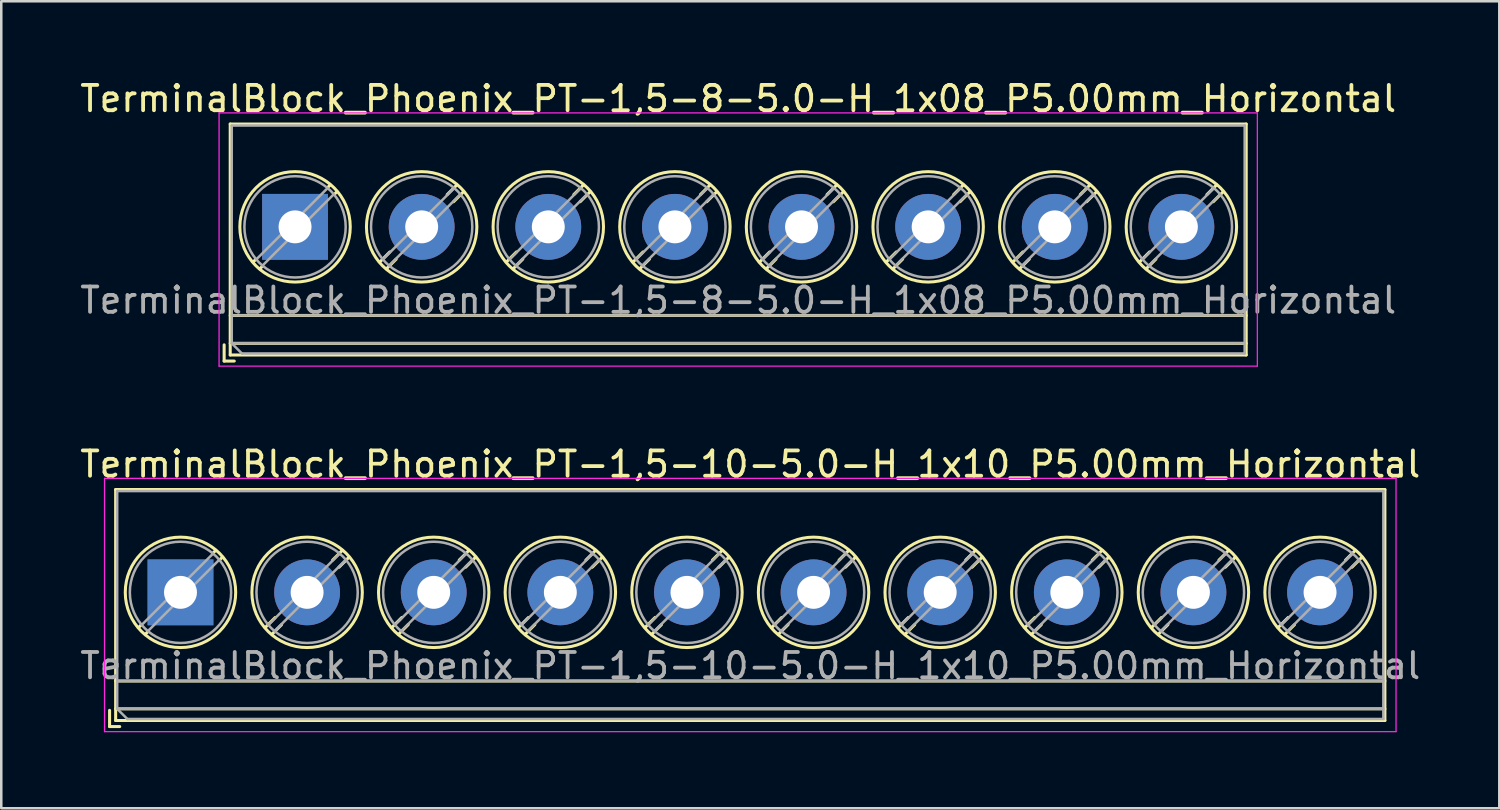
<source format=kicad_pcb>
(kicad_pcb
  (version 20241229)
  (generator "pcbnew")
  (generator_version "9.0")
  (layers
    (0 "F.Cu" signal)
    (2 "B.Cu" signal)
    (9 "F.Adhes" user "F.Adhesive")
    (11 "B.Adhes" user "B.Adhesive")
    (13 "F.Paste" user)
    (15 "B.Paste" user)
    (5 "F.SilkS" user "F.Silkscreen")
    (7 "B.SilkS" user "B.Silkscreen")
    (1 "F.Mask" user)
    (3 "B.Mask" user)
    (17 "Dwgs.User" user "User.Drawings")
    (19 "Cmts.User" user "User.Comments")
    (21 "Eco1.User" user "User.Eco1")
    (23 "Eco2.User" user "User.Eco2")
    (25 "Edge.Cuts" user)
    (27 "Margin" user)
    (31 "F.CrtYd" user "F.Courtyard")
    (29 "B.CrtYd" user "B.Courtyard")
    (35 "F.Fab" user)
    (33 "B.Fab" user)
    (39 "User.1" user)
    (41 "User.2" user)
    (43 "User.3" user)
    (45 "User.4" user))
  (footprint "TerminalBlock_Phoenix_PT-1,5-8-5.0-H_1x08_P5.00mm_Horizontal"
    (layer "F.Cu")
    (at 8.601 5.908)
    (property "Reference" "TerminalBlock_Phoenix_PT-1,5-8-5.0-H_1x08_P5.00mm_Horizontal" (at 17.5 -5.06 0) (layer "F.SilkS") (effects (font (size 1 1) (thickness 0.15))))
    (attr through_hole)
    (fp_line (start -2.8 4.66) (end -2.8 5.3) (stroke (width 0.12) (type solid)) (layer "F.SilkS"))
    (fp_line (start -2.8 5.3) (end -2.4 5.3) (stroke (width 0.12) (type solid)) (layer "F.SilkS"))
    (fp_line (start -2.56 -4.06) (end -2.56 5.06) (stroke (width 0.12) (type solid)) (layer "F.SilkS"))
    (fp_line (start -2.56 -4.06) (end 37.56 -4.06) (stroke (width 0.12) (type solid)) (layer "F.SilkS"))
    (fp_line (start -2.56 3.5) (end 37.56 3.5) (stroke (width 0.12) (type solid)) (layer "F.SilkS"))
    (fp_line (start -2.56 4.6) (end 37.56 4.6) (stroke (width 0.12) (type solid)) (layer "F.SilkS"))
    (fp_line (start -2.56 5.06) (end 37.56 5.06) (stroke (width 0.12) (type solid)) (layer "F.SilkS"))
    (fp_line (start -1.548 1.281) (end -1.654 1.388) (stroke (width 0.12) (type solid)) (layer "F.SilkS"))
    (fp_line (start -1.282 1.547) (end -1.388 1.654) (stroke (width 0.12) (type solid)) (layer "F.SilkS"))
    (fp_line (start 1.388 -1.654) (end 1.281 -1.547) (stroke (width 0.12) (type solid)) (layer "F.SilkS"))
    (fp_line (start 1.654 -1.388) (end 1.547 -1.281) (stroke (width 0.12) (type solid)) (layer "F.SilkS"))
    (fp_line (start 3.742 0.992) (end 3.347 1.388) (stroke (width 0.12) (type solid)) (layer "F.SilkS"))
    (fp_line (start 3.993 1.274) (end 3.613 1.654) (stroke (width 0.12) (type solid)) (layer "F.SilkS"))
    (fp_line (start 6.388 -1.654) (end 6.008 -1.274) (stroke (width 0.12) (type solid)) (layer "F.SilkS"))
    (fp_line (start 6.654 -1.388) (end 6.259 -0.992) (stroke (width 0.12) (type solid)) (layer "F.SilkS"))
    (fp_line (start 8.742 0.992) (end 8.347 1.388) (stroke (width 0.12) (type solid)) (layer "F.SilkS"))
    (fp_line (start 8.993 1.274) (end 8.613 1.654) (stroke (width 0.12) (type solid)) (layer "F.SilkS"))
    (fp_line (start 11.388 -1.654) (end 11.008 -1.274) (stroke (width 0.12) (type solid)) (layer "F.SilkS"))
    (fp_line (start 11.654 -1.388) (end 11.259 -0.992) (stroke (width 0.12) (type solid)) (layer "F.SilkS"))
    (fp_line (start 13.742 0.992) (end 13.347 1.388) (stroke (width 0.12) (type solid)) (layer "F.SilkS"))
    (fp_line (start 13.993 1.274) (end 13.613 1.654) (stroke (width 0.12) (type solid)) (layer "F.SilkS"))
    (fp_line (start 16.388 -1.654) (end 16.008 -1.274) (stroke (width 0.12) (type solid)) (layer "F.SilkS"))
    (fp_line (start 16.654 -1.388) (end 16.259 -0.992) (stroke (width 0.12) (type solid)) (layer "F.SilkS"))
    (fp_line (start 18.742 0.992) (end 18.347 1.388) (stroke (width 0.12) (type solid)) (layer "F.SilkS"))
    (fp_line (start 18.993 1.274) (end 18.613 1.654) (stroke (width 0.12) (type solid)) (layer "F.SilkS"))
    (fp_line (start 21.388 -1.654) (end 21.008 -1.274) (stroke (width 0.12) (type solid)) (layer "F.SilkS"))
    (fp_line (start 21.654 -1.388) (end 21.259 -0.992) (stroke (width 0.12) (type solid)) (layer "F.SilkS"))
    (fp_line (start 23.742 0.992) (end 23.347 1.388) (stroke (width 0.12) (type solid)) (layer "F.SilkS"))
    (fp_line (start 23.993 1.274) (end 23.613 1.654) (stroke (width 0.12) (type solid)) (layer "F.SilkS"))
    (fp_line (start 26.388 -1.654) (end 26.008 -1.274) (stroke (width 0.12) (type solid)) (layer "F.SilkS"))
    (fp_line (start 26.654 -1.388) (end 26.259 -0.992) (stroke (width 0.12) (type solid)) (layer "F.SilkS"))
    (fp_line (start 28.742 0.992) (end 28.347 1.388) (stroke (width 0.12) (type solid)) (layer "F.SilkS"))
    (fp_line (start 28.993 1.274) (end 28.613 1.654) (stroke (width 0.12) (type solid)) (layer "F.SilkS"))
    (fp_line (start 31.388 -1.654) (end 31.008 -1.274) (stroke (width 0.12) (type solid)) (layer "F.SilkS"))
    (fp_line (start 31.654 -1.388) (end 31.259 -0.992) (stroke (width 0.12) (type solid)) (layer "F.SilkS"))
    (fp_line (start 33.742 0.992) (end 33.347 1.388) (stroke (width 0.12) (type solid)) (layer "F.SilkS"))
    (fp_line (start 33.993 1.274) (end 33.613 1.654) (stroke (width 0.12) (type solid)) (layer "F.SilkS"))
    (fp_line (start 36.388 -1.654) (end 36.008 -1.274) (stroke (width 0.12) (type solid)) (layer "F.SilkS"))
    (fp_line (start 36.654 -1.388) (end 36.259 -0.992) (stroke (width 0.12) (type solid)) (layer "F.SilkS"))
    (fp_line (start 37.56 -4.06) (end 37.56 5.06) (stroke (width 0.12) (type solid)) (layer "F.SilkS"))
    (fp_circle (center 0 0) (end 2.18 0) (stroke (width 0.12) (type solid)) (fill no) (layer "F.SilkS"))
    (fp_circle (center 5 0) (end 7.18 0) (stroke (width 0.12) (type solid)) (fill no) (layer "F.SilkS"))
    (fp_circle (center 10 0) (end 12.18 0) (stroke (width 0.12) (type solid)) (fill no) (layer "F.SilkS"))
    (fp_circle (center 15 0) (end 17.18 0) (stroke (width 0.12) (type solid)) (fill no) (layer "F.SilkS"))
    (fp_circle (center 20 0) (end 22.18 0) (stroke (width 0.12) (type solid)) (fill no) (layer "F.SilkS"))
    (fp_circle (center 25 0) (end 27.18 0) (stroke (width 0.12) (type solid)) (fill no) (layer "F.SilkS"))
    (fp_circle (center 30 0) (end 32.18 0) (stroke (width 0.12) (type solid)) (fill no) (layer "F.SilkS"))
    (fp_circle (center 35 0) (end 37.18 0) (stroke (width 0.12) (type solid)) (fill no) (layer "F.SilkS"))
    (fp_line (start -3 -4.5) (end -3 5.5) (stroke (width 0.05) (type solid)) (layer "F.CrtYd"))
    (fp_line (start -3 5.5) (end 38 5.5) (stroke (width 0.05) (type solid)) (layer "F.CrtYd"))
    (fp_line (start 38 -4.5) (end -3 -4.5) (stroke (width 0.05) (type solid)) (layer "F.CrtYd"))
    (fp_line (start 38 5.5) (end 38 -4.5) (stroke (width 0.05) (type solid)) (layer "F.CrtYd"))
    (fp_line (start -2.5 -4) (end 37.5 -4) (stroke (width 0.1) (type solid)) (layer "F.Fab"))
    (fp_line (start -2.5 3.5) (end 37.5 3.5) (stroke (width 0.1) (type solid)) (layer "F.Fab"))
    (fp_line (start -2.5 4.6) (end -2.5 -4) (stroke (width 0.1) (type solid)) (layer "F.Fab"))
    (fp_line (start -2.5 4.6) (end 37.5 4.6) (stroke (width 0.1) (type solid)) (layer "F.Fab"))
    (fp_line (start -2.1 5) (end -2.5 4.6) (stroke (width 0.1) (type solid)) (layer "F.Fab"))
    (fp_line (start 1.273 -1.517) (end -1.517 1.273) (stroke (width 0.1) (type solid)) (layer "F.Fab"))
    (fp_line (start 1.517 -1.273) (end -1.273 1.517) (stroke (width 0.1) (type solid)) (layer "F.Fab"))
    (fp_line (start 6.273 -1.517) (end 3.484 1.273) (stroke (width 0.1) (type solid)) (layer "F.Fab"))
    (fp_line (start 6.517 -1.273) (end 3.728 1.517) (stroke (width 0.1) (type solid)) (layer "F.Fab"))
    (fp_line (start 11.273 -1.517) (end 8.484 1.273) (stroke (width 0.1) (type solid)) (layer "F.Fab"))
    (fp_line (start 11.517 -1.273) (end 8.728 1.517) (stroke (width 0.1) (type solid)) (layer "F.Fab"))
    (fp_line (start 16.273 -1.517) (end 13.484 1.273) (stroke (width 0.1) (type solid)) (layer "F.Fab"))
    (fp_line (start 16.517 -1.273) (end 13.728 1.517) (stroke (width 0.1) (type solid)) (layer "F.Fab"))
    (fp_line (start 21.273 -1.517) (end 18.484 1.273) (stroke (width 0.1) (type solid)) (layer "F.Fab"))
    (fp_line (start 21.517 -1.273) (end 18.728 1.517) (stroke (width 0.1) (type solid)) (layer "F.Fab"))
    (fp_line (start 26.273 -1.517) (end 23.484 1.273) (stroke (width 0.1) (type solid)) (layer "F.Fab"))
    (fp_line (start 26.517 -1.273) (end 23.728 1.517) (stroke (width 0.1) (type solid)) (layer "F.Fab"))
    (fp_line (start 31.273 -1.517) (end 28.484 1.273) (stroke (width 0.1) (type solid)) (layer "F.Fab"))
    (fp_line (start 31.517 -1.273) (end 28.728 1.517) (stroke (width 0.1) (type solid)) (layer "F.Fab"))
    (fp_line (start 36.273 -1.517) (end 33.484 1.273) (stroke (width 0.1) (type solid)) (layer "F.Fab"))
    (fp_line (start 36.517 -1.273) (end 33.728 1.517) (stroke (width 0.1) (type solid)) (layer "F.Fab"))
    (fp_line (start 37.5 -4) (end 37.5 5) (stroke (width 0.1) (type solid)) (layer "F.Fab"))
    (fp_line (start 37.5 5) (end -2.1 5) (stroke (width 0.1) (type solid)) (layer "F.Fab"))
    (fp_circle (center 0 0) (end 2 0) (stroke (width 0.1) (type solid)) (fill no) (layer "F.Fab"))
    (fp_circle (center 5 0) (end 7 0) (stroke (width 0.1) (type solid)) (fill no) (layer "F.Fab"))
    (fp_circle (center 10 0) (end 12 0) (stroke (width 0.1) (type solid)) (fill no) (layer "F.Fab"))
    (fp_circle (center 15 0) (end 17 0) (stroke (width 0.1) (type solid)) (fill no) (layer "F.Fab"))
    (fp_circle (center 20 0) (end 22 0) (stroke (width 0.1) (type solid)) (fill no) (layer "F.Fab"))
    (fp_circle (center 25 0) (end 27 0) (stroke (width 0.1) (type solid)) (fill no) (layer "F.Fab"))
    (fp_circle (center 30 0) (end 32 0) (stroke (width 0.1) (type solid)) (fill no) (layer "F.Fab"))
    (fp_circle (center 35 0) (end 37 0) (stroke (width 0.1) (type solid)) (fill no) (layer "F.Fab"))
    (fp_text user "${REFERENCE}" (at 17.5 2.9 0) (layer "F.Fab") (effects (font (size 1 1) (thickness 0.15))))
    (pad "1" thru_hole rect (at 0 0) (size 2.6 2.6) (drill 1.3) (layers "*.Cu" "*.Mask"))
    (pad "2" thru_hole circle (at 5 0) (size 2.6 2.6) (drill 1.3) (layers "*.Cu" "*.Mask"))
    (pad "3" thru_hole circle (at 10 0) (size 2.6 2.6) (drill 1.3) (layers "*.Cu" "*.Mask"))
    (pad "4" thru_hole circle (at 15 0) (size 2.6 2.6) (drill 1.3) (layers "*.Cu" "*.Mask"))
    (pad "5" thru_hole circle (at 20 0) (size 2.6 2.6) (drill 1.3) (layers "*.Cu" "*.Mask"))
    (pad "6" thru_hole circle (at 25 0) (size 2.6 2.6) (drill 1.3) (layers "*.Cu" "*.Mask"))
    (pad "7" thru_hole circle (at 30 0) (size 2.6 2.6) (drill 1.3) (layers "*.Cu" "*.Mask"))
    (pad "8" thru_hole circle (at 35 0) (size 2.6 2.6) (drill 1.3) (layers "*.Cu" "*.Mask")))
  (footprint "TerminalBlock_Phoenix_PT-1,5-10-5.0-H_1x10_P5.00mm_Horizontal"
    (layer "F.Cu")
    (at 4.077 20.341)
    (property "Reference" "TerminalBlock_Phoenix_PT-1,5-10-5.0-H_1x10_P5.00mm_Horizontal" (at 22.5 -5.06 0) (layer "F.SilkS") (effects (font (size 1 1) (thickness 0.15))))
    (attr through_hole)
    (fp_line (start -2.8 4.66) (end -2.8 5.3) (stroke (width 0.12) (type solid)) (layer "F.SilkS"))
    (fp_line (start -2.8 5.3) (end -2.4 5.3) (stroke (width 0.12) (type solid)) (layer "F.SilkS"))
    (fp_line (start -2.56 -4.06) (end -2.56 5.06) (stroke (width 0.12) (type solid)) (layer "F.SilkS"))
    (fp_line (start -2.56 -4.06) (end 47.56 -4.06) (stroke (width 0.12) (type solid)) (layer "F.SilkS"))
    (fp_line (start -2.56 3.5) (end 47.56 3.5) (stroke (width 0.12) (type solid)) (layer "F.SilkS"))
    (fp_line (start -2.56 4.6) (end 47.56 4.6) (stroke (width 0.12) (type solid)) (layer "F.SilkS"))
    (fp_line (start -2.56 5.06) (end 47.56 5.06) (stroke (width 0.12) (type solid)) (layer "F.SilkS"))
    (fp_line (start -1.548 1.281) (end -1.654 1.388) (stroke (width 0.12) (type solid)) (layer "F.SilkS"))
    (fp_line (start -1.282 1.547) (end -1.388 1.654) (stroke (width 0.12) (type solid)) (layer "F.SilkS"))
    (fp_line (start 1.388 -1.654) (end 1.281 -1.547) (stroke (width 0.12) (type solid)) (layer "F.SilkS"))
    (fp_line (start 1.654 -1.388) (end 1.547 -1.281) (stroke (width 0.12) (type solid)) (layer "F.SilkS"))
    (fp_line (start 3.742 0.992) (end 3.347 1.388) (stroke (width 0.12) (type solid)) (layer "F.SilkS"))
    (fp_line (start 3.993 1.274) (end 3.613 1.654) (stroke (width 0.12) (type solid)) (layer "F.SilkS"))
    (fp_line (start 6.388 -1.654) (end 6.008 -1.274) (stroke (width 0.12) (type solid)) (layer "F.SilkS"))
    (fp_line (start 6.654 -1.388) (end 6.259 -0.992) (stroke (width 0.12) (type solid)) (layer "F.SilkS"))
    (fp_line (start 8.742 0.992) (end 8.347 1.388) (stroke (width 0.12) (type solid)) (layer "F.SilkS"))
    (fp_line (start 8.993 1.274) (end 8.613 1.654) (stroke (width 0.12) (type solid)) (layer "F.SilkS"))
    (fp_line (start 11.388 -1.654) (end 11.008 -1.274) (stroke (width 0.12) (type solid)) (layer "F.SilkS"))
    (fp_line (start 11.654 -1.388) (end 11.259 -0.992) (stroke (width 0.12) (type solid)) (layer "F.SilkS"))
    (fp_line (start 13.742 0.992) (end 13.347 1.388) (stroke (width 0.12) (type solid)) (layer "F.SilkS"))
    (fp_line (start 13.993 1.274) (end 13.613 1.654) (stroke (width 0.12) (type solid)) (layer "F.SilkS"))
    (fp_line (start 16.388 -1.654) (end 16.008 -1.274) (stroke (width 0.12) (type solid)) (layer "F.SilkS"))
    (fp_line (start 16.654 -1.388) (end 16.259 -0.992) (stroke (width 0.12) (type solid)) (layer "F.SilkS"))
    (fp_line (start 18.742 0.992) (end 18.347 1.388) (stroke (width 0.12) (type solid)) (layer "F.SilkS"))
    (fp_line (start 18.993 1.274) (end 18.613 1.654) (stroke (width 0.12) (type solid)) (layer "F.SilkS"))
    (fp_line (start 21.388 -1.654) (end 21.008 -1.274) (stroke (width 0.12) (type solid)) (layer "F.SilkS"))
    (fp_line (start 21.654 -1.388) (end 21.259 -0.992) (stroke (width 0.12) (type solid)) (layer "F.SilkS"))
    (fp_line (start 23.742 0.992) (end 23.347 1.388) (stroke (width 0.12) (type solid)) (layer "F.SilkS"))
    (fp_line (start 23.993 1.274) (end 23.613 1.654) (stroke (width 0.12) (type solid)) (layer "F.SilkS"))
    (fp_line (start 26.388 -1.654) (end 26.008 -1.274) (stroke (width 0.12) (type solid)) (layer "F.SilkS"))
    (fp_line (start 26.654 -1.388) (end 26.259 -0.992) (stroke (width 0.12) (type solid)) (layer "F.SilkS"))
    (fp_line (start 28.742 0.992) (end 28.347 1.388) (stroke (width 0.12) (type solid)) (layer "F.SilkS"))
    (fp_line (start 28.993 1.274) (end 28.613 1.654) (stroke (width 0.12) (type solid)) (layer "F.SilkS"))
    (fp_line (start 31.388 -1.654) (end 31.008 -1.274) (stroke (width 0.12) (type solid)) (layer "F.SilkS"))
    (fp_line (start 31.654 -1.388) (end 31.259 -0.992) (stroke (width 0.12) (type solid)) (layer "F.SilkS"))
    (fp_line (start 33.742 0.992) (end 33.347 1.388) (stroke (width 0.12) (type solid)) (layer "F.SilkS"))
    (fp_line (start 33.993 1.274) (end 33.613 1.654) (stroke (width 0.12) (type solid)) (layer "F.SilkS"))
    (fp_line (start 36.388 -1.654) (end 36.008 -1.274) (stroke (width 0.12) (type solid)) (layer "F.SilkS"))
    (fp_line (start 36.654 -1.388) (end 36.259 -0.992) (stroke (width 0.12) (type solid)) (layer "F.SilkS"))
    (fp_line (start 38.742 0.992) (end 38.347 1.388) (stroke (width 0.12) (type solid)) (layer "F.SilkS"))
    (fp_line (start 38.993 1.274) (end 38.613 1.654) (stroke (width 0.12) (type solid)) (layer "F.SilkS"))
    (fp_line (start 41.388 -1.654) (end 41.008 -1.274) (stroke (width 0.12) (type solid)) (layer "F.SilkS"))
    (fp_line (start 41.654 -1.388) (end 41.259 -0.992) (stroke (width 0.12) (type solid)) (layer "F.SilkS"))
    (fp_line (start 43.742 0.992) (end 43.347 1.388) (stroke (width 0.12) (type solid)) (layer "F.SilkS"))
    (fp_line (start 43.993 1.274) (end 43.613 1.654) (stroke (width 0.12) (type solid)) (layer "F.SilkS"))
    (fp_line (start 46.388 -1.654) (end 46.008 -1.274) (stroke (width 0.12) (type solid)) (layer "F.SilkS"))
    (fp_line (start 46.654 -1.388) (end 46.259 -0.992) (stroke (width 0.12) (type solid)) (layer "F.SilkS"))
    (fp_line (start 47.56 -4.06) (end 47.56 5.06) (stroke (width 0.12) (type solid)) (layer "F.SilkS"))
    (fp_circle (center 0 0) (end 2.18 0) (stroke (width 0.12) (type solid)) (fill no) (layer "F.SilkS"))
    (fp_circle (center 5 0) (end 7.18 0) (stroke (width 0.12) (type solid)) (fill no) (layer "F.SilkS"))
    (fp_circle (center 10 0) (end 12.18 0) (stroke (width 0.12) (type solid)) (fill no) (layer "F.SilkS"))
    (fp_circle (center 15 0) (end 17.18 0) (stroke (width 0.12) (type solid)) (fill no) (layer "F.SilkS"))
    (fp_circle (center 20 0) (end 22.18 0) (stroke (width 0.12) (type solid)) (fill no) (layer "F.SilkS"))
    (fp_circle (center 25 0) (end 27.18 0) (stroke (width 0.12) (type solid)) (fill no) (layer "F.SilkS"))
    (fp_circle (center 30 0) (end 32.18 0) (stroke (width 0.12) (type solid)) (fill no) (layer "F.SilkS"))
    (fp_circle (center 35 0) (end 37.18 0) (stroke (width 0.12) (type solid)) (fill no) (layer "F.SilkS"))
    (fp_circle (center 40 0) (end 42.18 0) (stroke (width 0.12) (type solid)) (fill no) (layer "F.SilkS"))
    (fp_circle (center 45 0) (end 47.18 0) (stroke (width 0.12) (type solid)) (fill no) (layer "F.SilkS"))
    (fp_line (start -3 -4.5) (end -3 5.5) (stroke (width 0.05) (type solid)) (layer "F.CrtYd"))
    (fp_line (start -3 5.5) (end 48 5.5) (stroke (width 0.05) (type solid)) (layer "F.CrtYd"))
    (fp_line (start 48 -4.5) (end -3 -4.5) (stroke (width 0.05) (type solid)) (layer "F.CrtYd"))
    (fp_line (start 48 5.5) (end 48 -4.5) (stroke (width 0.05) (type solid)) (layer "F.CrtYd"))
    (fp_line (start -2.5 -4) (end 47.5 -4) (stroke (width 0.1) (type solid)) (layer "F.Fab"))
    (fp_line (start -2.5 3.5) (end 47.5 3.5) (stroke (width 0.1) (type solid)) (layer "F.Fab"))
    (fp_line (start -2.5 4.6) (end -2.5 -4) (stroke (width 0.1) (type solid)) (layer "F.Fab"))
    (fp_line (start -2.5 4.6) (end 47.5 4.6) (stroke (width 0.1) (type solid)) (layer "F.Fab"))
    (fp_line (start -2.1 5) (end -2.5 4.6) (stroke (width 0.1) (type solid)) (layer "F.Fab"))
    (fp_line (start 1.273 -1.517) (end -1.517 1.273) (stroke (width 0.1) (type solid)) (layer "F.Fab"))
    (fp_line (start 1.517 -1.273) (end -1.273 1.517) (stroke (width 0.1) (type solid)) (layer "F.Fab"))
    (fp_line (start 6.273 -1.517) (end 3.484 1.273) (stroke (width 0.1) (type solid)) (layer "F.Fab"))
    (fp_line (start 6.517 -1.273) (end 3.728 1.517) (stroke (width 0.1) (type solid)) (layer "F.Fab"))
    (fp_line (start 11.273 -1.517) (end 8.484 1.273) (stroke (width 0.1) (type solid)) (layer "F.Fab"))
    (fp_line (start 11.517 -1.273) (end 8.728 1.517) (stroke (width 0.1) (type solid)) (layer "F.Fab"))
    (fp_line (start 16.273 -1.517) (end 13.484 1.273) (stroke (width 0.1) (type solid)) (layer "F.Fab"))
    (fp_line (start 16.517 -1.273) (end 13.728 1.517) (stroke (width 0.1) (type solid)) (layer "F.Fab"))
    (fp_line (start 21.273 -1.517) (end 18.484 1.273) (stroke (width 0.1) (type solid)) (layer "F.Fab"))
    (fp_line (start 21.517 -1.273) (end 18.728 1.517) (stroke (width 0.1) (type solid)) (layer "F.Fab"))
    (fp_line (start 26.273 -1.517) (end 23.484 1.273) (stroke (width 0.1) (type solid)) (layer "F.Fab"))
    (fp_line (start 26.517 -1.273) (end 23.728 1.517) (stroke (width 0.1) (type solid)) (layer "F.Fab"))
    (fp_line (start 31.273 -1.517) (end 28.484 1.273) (stroke (width 0.1) (type solid)) (layer "F.Fab"))
    (fp_line (start 31.517 -1.273) (end 28.728 1.517) (stroke (width 0.1) (type solid)) (layer "F.Fab"))
    (fp_line (start 36.273 -1.517) (end 33.484 1.273) (stroke (width 0.1) (type solid)) (layer "F.Fab"))
    (fp_line (start 36.517 -1.273) (end 33.728 1.517) (stroke (width 0.1) (type solid)) (layer "F.Fab"))
    (fp_line (start 41.273 -1.517) (end 38.484 1.273) (stroke (width 0.1) (type solid)) (layer "F.Fab"))
    (fp_line (start 41.517 -1.273) (end 38.728 1.517) (stroke (width 0.1) (type solid)) (layer "F.Fab"))
    (fp_line (start 46.273 -1.517) (end 43.484 1.273) (stroke (width 0.1) (type solid)) (layer "F.Fab"))
    (fp_line (start 46.517 -1.273) (end 43.728 1.517) (stroke (width 0.1) (type solid)) (layer "F.Fab"))
    (fp_line (start 47.5 -4) (end 47.5 5) (stroke (width 0.1) (type solid)) (layer "F.Fab"))
    (fp_line (start 47.5 5) (end -2.1 5) (stroke (width 0.1) (type solid)) (layer "F.Fab"))
    (fp_circle (center 0 0) (end 2 0) (stroke (width 0.1) (type solid)) (fill no) (layer "F.Fab"))
    (fp_circle (center 5 0) (end 7 0) (stroke (width 0.1) (type solid)) (fill no) (layer "F.Fab"))
    (fp_circle (center 10 0) (end 12 0) (stroke (width 0.1) (type solid)) (fill no) (layer "F.Fab"))
    (fp_circle (center 15 0) (end 17 0) (stroke (width 0.1) (type solid)) (fill no) (layer "F.Fab"))
    (fp_circle (center 20 0) (end 22 0) (stroke (width 0.1) (type solid)) (fill no) (layer "F.Fab"))
    (fp_circle (center 25 0) (end 27 0) (stroke (width 0.1) (type solid)) (fill no) (layer "F.Fab"))
    (fp_circle (center 30 0) (end 32 0) (stroke (width 0.1) (type solid)) (fill no) (layer "F.Fab"))
    (fp_circle (center 35 0) (end 37 0) (stroke (width 0.1) (type solid)) (fill no) (layer "F.Fab"))
    (fp_circle (center 40 0) (end 42 0) (stroke (width 0.1) (type solid)) (fill no) (layer "F.Fab"))
    (fp_circle (center 45 0) (end 47 0) (stroke (width 0.1) (type solid)) (fill no) (layer "F.Fab"))
    (fp_text user "${REFERENCE}" (at 22.5 2.9 0) (layer "F.Fab") (effects (font (size 1 1) (thickness 0.15))))
    (pad "1" thru_hole rect (at 0 0) (size 2.6 2.6) (drill 1.3) (layers "*.Cu" "*.Mask"))
    (pad "2" thru_hole circle (at 5 0) (size 2.6 2.6) (drill 1.3) (layers "*.Cu" "*.Mask"))
    (pad "3" thru_hole circle (at 10 0) (size 2.6 2.6) (drill 1.3) (layers "*.Cu" "*.Mask"))
    (pad "4" thru_hole circle (at 15 0) (size 2.6 2.6) (drill 1.3) (layers "*.Cu" "*.Mask"))
    (pad "5" thru_hole circle (at 20 0) (size 2.6 2.6) (drill 1.3) (layers "*.Cu" "*.Mask"))
    (pad "6" thru_hole circle (at 25 0) (size 2.6 2.6) (drill 1.3) (layers "*.Cu" "*.Mask"))
    (pad "7" thru_hole circle (at 30 0) (size 2.6 2.6) (drill 1.3) (layers "*.Cu" "*.Mask"))
    (pad "8" thru_hole circle (at 35 0) (size 2.6 2.6) (drill 1.3) (layers "*.Cu" "*.Mask"))
    (pad "9" thru_hole circle (at 40 0) (size 2.6 2.6) (drill 1.3) (layers "*.Cu" "*.Mask"))
    (pad "10" thru_hole circle (at 45 0) (size 2.6 2.6) (drill 1.3) (layers "*.Cu" "*.Mask")))
  (gr_rect
    (start -3 -3)
    (end 56.155 28.866)
    (stroke (width 0.1) (type default))
    (fill no)
    (layer "Edge.Cuts")))
</source>
